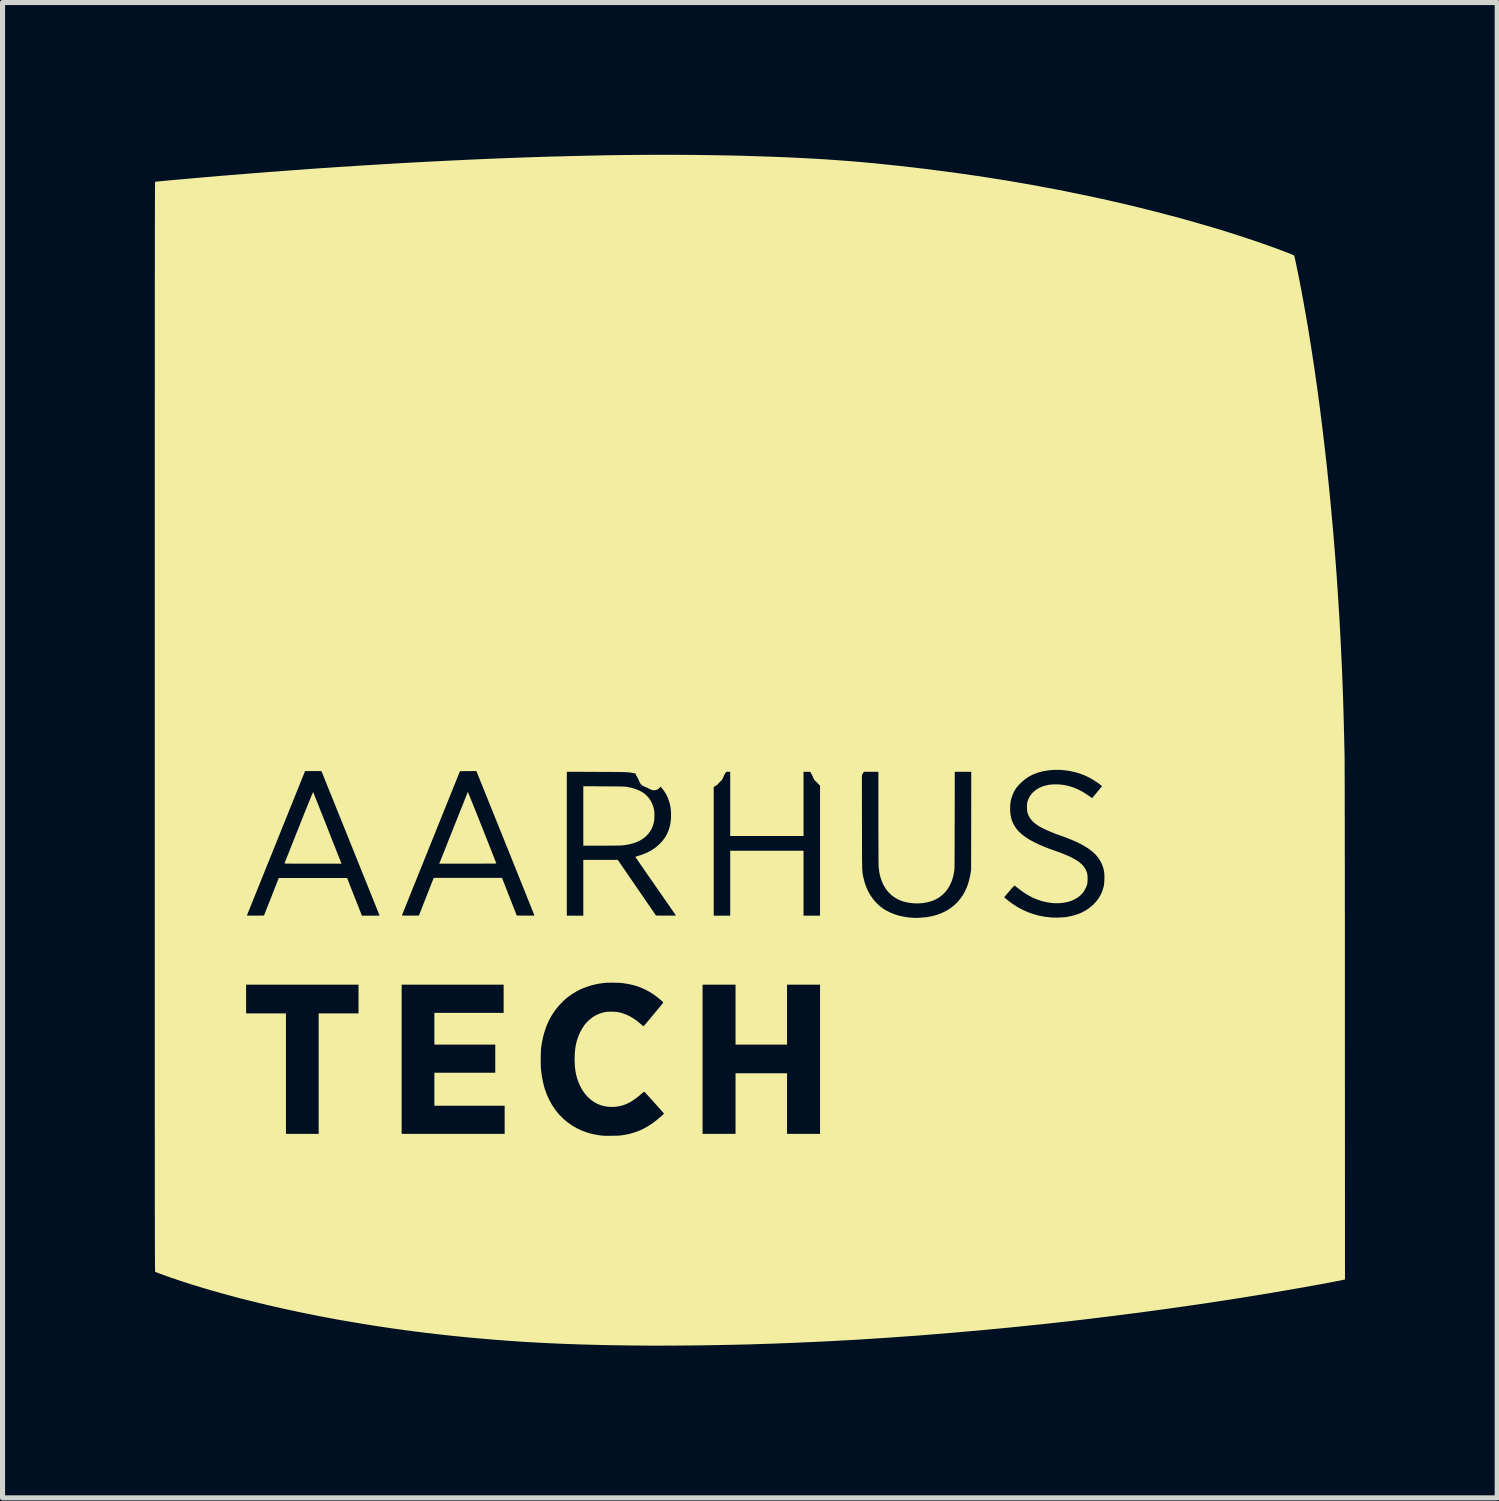
<source format=kicad_pcb>
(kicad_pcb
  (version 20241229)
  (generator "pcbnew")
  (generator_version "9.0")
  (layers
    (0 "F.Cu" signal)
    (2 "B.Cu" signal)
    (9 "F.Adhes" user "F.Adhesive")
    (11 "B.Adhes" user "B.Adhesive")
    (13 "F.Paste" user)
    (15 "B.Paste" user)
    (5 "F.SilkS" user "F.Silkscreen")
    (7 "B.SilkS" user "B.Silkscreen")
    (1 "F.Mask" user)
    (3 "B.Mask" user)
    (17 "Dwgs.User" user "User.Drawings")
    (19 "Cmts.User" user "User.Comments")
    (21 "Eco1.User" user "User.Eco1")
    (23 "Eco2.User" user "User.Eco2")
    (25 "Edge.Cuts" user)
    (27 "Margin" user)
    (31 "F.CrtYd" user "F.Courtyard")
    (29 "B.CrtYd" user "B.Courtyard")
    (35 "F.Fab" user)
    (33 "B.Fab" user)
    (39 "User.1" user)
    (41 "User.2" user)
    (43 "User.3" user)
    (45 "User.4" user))
  (footprint "logo"
    (layer "F.Cu")
    (at 11.695 11.695)
    (property "Reference" "logo" (at 0 0 0) (layer "F.SilkS") (effects (font (size 1.5 1.5) (thickness 0.3))))
    (attr board_only exclude_from_pos_files exclude_from_bom)
    (fp_poly (pts (xy -2.846 0.751) (xy -2.772 0.752) (xy -2.706 0.752) (xy -2.65 0.752) (xy -2.601 0.753) (xy -2.559 0.753) (xy -2.524 0.754) (xy -2.494 0.755) (xy -2.469 0.755) (xy -2.449 0.756) (xy -2.432 0.757) (xy -2.417 0.758) (xy -2.405 0.76) (xy -2.394 0.761) (xy -2.39 0.762) (xy -2.304 0.779) (xy -2.226 0.802) (xy -2.156 0.83) (xy -2.093 0.863) (xy -2.037 0.902) (xy -1.997 0.938) (xy -1.952 0.989) (xy -1.915 1.047) (xy -1.885 1.11) (xy -1.863 1.179) (xy -1.855 1.22) (xy -1.851 1.247) (xy -1.849 1.28) (xy -1.848 1.318) (xy -1.849 1.356) (xy -1.85 1.392) (xy -1.853 1.422) (xy -1.855 1.435) (xy -1.872 1.508) (xy -1.898 1.575) (xy -1.932 1.637) (xy -1.974 1.693) (xy -2.025 1.744) (xy -2.083 1.789) (xy -2.15 1.828) (xy -2.154 1.83) (xy -2.21 1.854) (xy -2.273 1.875) (xy -2.341 1.893) (xy -2.413 1.906) (xy -2.48 1.915) (xy -2.496 1.916) (xy -2.521 1.917) (xy -2.555 1.917) (xy -2.596 1.918) (xy -2.644 1.919) (xy -2.698 1.919) (xy -2.757 1.92) (xy -2.821 1.92) (xy -2.888 1.92) (xy -2.894 1.92) (xy -3.25 1.92) (xy -3.25 1.335) (xy -3.25 0.749)) (stroke (width 0) (type solid)) (fill yes) (layer "F.SilkS"))
    (fp_poly (pts (xy -5.524 0.865) (xy -5.518 0.878) (xy -5.509 0.899) (xy -5.498 0.927) (xy -5.483 0.962) (xy -5.467 1.004) (xy -5.448 1.051) (xy -5.427 1.103) (xy -5.404 1.159) (xy -5.38 1.219) (xy -5.355 1.282) (xy -5.328 1.348) (xy -5.301 1.416) (xy -5.274 1.485) (xy -5.246 1.555) (xy -5.218 1.625) (xy -5.191 1.695) (xy -5.164 1.763) (xy -5.137 1.829) (xy -5.112 1.894) (xy -5.088 1.955) (xy -5.065 2.012) (xy -5.044 2.066) (xy -5.025 2.115) (xy -5.008 2.158) (xy -4.994 2.195) (xy -4.982 2.225) (xy -4.973 2.249) (xy -4.967 2.264) (xy -4.965 2.271) (xy -4.965 2.271) (xy -4.97 2.272) (xy -4.984 2.272) (xy -5.007 2.273) (xy -5.038 2.273) (xy -5.077 2.273) (xy -5.122 2.274) (xy -5.174 2.274) (xy -5.231 2.274) (xy -5.293 2.275) (xy -5.36 2.275) (xy -5.43 2.275) (xy -5.503 2.275) (xy -5.527 2.275) (xy -6.089 2.275) (xy -6.077 2.244) (xy -6.074 2.236) (xy -6.067 2.219) (xy -6.057 2.194) (xy -6.044 2.161) (xy -6.028 2.121) (xy -6.009 2.075) (xy -5.988 2.023) (xy -5.965 1.965) (xy -5.94 1.902) (xy -5.914 1.835) (xy -5.886 1.764) (xy -5.856 1.69) (xy -5.825 1.613) (xy -5.797 1.541) (xy -5.765 1.462) (xy -5.735 1.386) (xy -5.706 1.313) (xy -5.679 1.244) (xy -5.653 1.179) (xy -5.628 1.118) (xy -5.606 1.063) (xy -5.586 1.013) (xy -5.569 0.969) (xy -5.554 0.932) (xy -5.542 0.902) (xy -5.533 0.88) (xy -5.528 0.866) (xy -5.526 0.861)) (stroke (width 0) (type solid)) (fill yes) (layer "F.SilkS"))
    (fp_poly (pts (xy -8.572 0.868) (xy -8.566 0.881) (xy -8.557 0.903) (xy -8.546 0.933) (xy -8.531 0.969) (xy -8.514 1.012) (xy -8.495 1.061) (xy -8.473 1.115) (xy -8.45 1.173) (xy -8.426 1.236) (xy -8.399 1.301) (xy -8.372 1.37) (xy -8.344 1.441) (xy -8.315 1.514) (xy -8.286 1.588) (xy -8.257 1.662) (xy -8.228 1.736) (xy -8.199 1.81) (xy -8.17 1.882) (xy -8.142 1.952) (xy -8.116 2.02) (xy -8.09 2.085) (xy -8.066 2.146) (xy -8.043 2.203) (xy -8.023 2.256) (xy -8.022 2.256) (xy -8.015 2.275) (xy -8.578 2.275) (xy -8.665 2.275) (xy -8.743 2.275) (xy -8.812 2.275) (xy -8.872 2.275) (xy -8.924 2.275) (xy -8.97 2.275) (xy -9.008 2.274) (xy -9.04 2.274) (xy -9.067 2.274) (xy -9.088 2.273) (xy -9.105 2.273) (xy -9.117 2.272) (xy -9.126 2.271) (xy -9.132 2.27) (xy -9.136 2.269) (xy -9.138 2.268) (xy -9.138 2.267) (xy -9.138 2.266) (xy -9.136 2.261) (xy -9.13 2.246) (xy -9.121 2.224) (xy -9.109 2.193) (xy -9.094 2.156) (xy -9.076 2.111) (xy -9.056 2.061) (xy -9.034 2.005) (xy -9.01 1.943) (xy -8.983 1.877) (xy -8.956 1.807) (xy -8.926 1.733) (xy -8.896 1.656) (xy -8.864 1.577) (xy -8.856 1.557) (xy -8.819 1.463) (xy -8.783 1.374) (xy -8.751 1.292) (xy -8.72 1.216) (xy -8.692 1.147) (xy -8.667 1.084) (xy -8.644 1.029) (xy -8.625 0.981) (xy -8.608 0.94) (xy -8.594 0.908) (xy -8.584 0.884) (xy -8.577 0.869) (xy -8.574 0.863) (xy -8.574 0.862)) (stroke (width 0) (type solid)) (fill yes) (layer "F.SilkS"))
    (fp_poly (pts (xy -1.407 -11.694) (xy -1.08 -11.692) (xy -0.907 -11.69) (xy -0.607 -11.685) (xy -0.316 -11.68) (xy -0.034 -11.673) (xy 0.24 -11.664) (xy 0.506 -11.655) (xy 0.764 -11.645) (xy 1.015 -11.633) (xy 1.259 -11.62) (xy 1.498 -11.606) (xy 1.731 -11.59) (xy 1.958 -11.573) (xy 2.181 -11.555) (xy 2.4 -11.535) (xy 2.458 -11.53) (xy 2.987 -11.475) (xy 3.513 -11.414) (xy 4.036 -11.346) (xy 4.555 -11.272) (xy 5.07 -11.191) (xy 5.58 -11.103) (xy 6.085 -11.009) (xy 6.584 -10.908) (xy 7.077 -10.802) (xy 7.563 -10.689) (xy 8.043 -10.57) (xy 8.515 -10.445) (xy 8.81 -10.362) (xy 8.98 -10.313) (xy 9.15 -10.263) (xy 9.32 -10.212) (xy 9.487 -10.16) (xy 9.653 -10.107) (xy 9.814 -10.054) (xy 9.971 -10.002) (xy 10.123 -9.95) (xy 10.269 -9.898) (xy 10.408 -9.848) (xy 10.538 -9.799) (xy 10.652 -9.755) (xy 10.688 -9.741) (xy 10.716 -9.729) (xy 10.736 -9.72) (xy 10.749 -9.713) (xy 10.757 -9.707) (xy 10.76 -9.703) (xy 10.763 -9.694) (xy 10.768 -9.675) (xy 10.774 -9.648) (xy 10.781 -9.614) (xy 10.79 -9.574) (xy 10.8 -9.528) (xy 10.81 -9.477) (xy 10.822 -9.422) (xy 10.834 -9.364) (xy 10.846 -9.304) (xy 10.858 -9.242) (xy 10.87 -9.18) (xy 10.882 -9.117) (xy 10.894 -9.056) (xy 10.905 -8.997) (xy 10.912 -8.96) (xy 10.976 -8.608) (xy 11.038 -8.248) (xy 11.097 -7.878) (xy 11.155 -7.5) (xy 11.21 -7.115) (xy 11.263 -6.723) (xy 11.313 -6.325) (xy 11.361 -5.921) (xy 11.407 -5.512) (xy 11.45 -5.098) (xy 11.49 -4.68) (xy 11.528 -4.259) (xy 11.563 -3.835) (xy 11.595 -3.409) (xy 11.624 -2.98) (xy 11.651 -2.551) (xy 11.674 -2.122) (xy 11.677 -2.055) (xy 11.683 -1.938) (xy 11.688 -1.825) (xy 11.694 -1.716) (xy 11.698 -1.609) (xy 11.703 -1.503) (xy 11.707 -1.399) (xy 11.711 -1.294) (xy 11.715 -1.189) (xy 11.719 -1.082) (xy 11.723 -0.972) (xy 11.726 -0.86) (xy 11.73 -0.743) (xy 11.733 -0.621) (xy 11.737 -0.493) (xy 11.74 -0.358) (xy 11.744 -0.216) (xy 11.747 -0.066) (xy 11.751 0.093) (xy 11.751 0.098) (xy 11.751 0.116) (xy 11.752 0.142) (xy 11.752 0.175) (xy 11.752 0.215) (xy 11.753 0.262) (xy 11.753 0.317) (xy 11.753 0.38) (xy 11.753 0.45) (xy 11.754 0.529) (xy 11.754 0.614) (xy 11.754 0.708) (xy 11.755 0.81) (xy 11.755 0.92) (xy 11.755 1.038) (xy 11.755 1.164) (xy 11.755 1.299) (xy 11.756 1.442) (xy 11.756 1.594) (xy 11.756 1.754) (xy 11.756 1.923) (xy 11.756 2.1) (xy 11.757 2.287) (xy 11.757 2.482) (xy 11.757 2.686) (xy 11.757 2.9) (xy 11.757 3.123) (xy 11.758 3.355) (xy 11.758 3.596) (xy 11.758 3.847) (xy 11.758 4.107) (xy 11.758 4.377) (xy 11.758 4.656) (xy 11.758 4.946) (xy 11.758 5.245) (xy 11.758 5.406) (xy 11.76 10.469) (xy 11.736 10.474) (xy 11.705 10.481) (xy 11.665 10.49) (xy 11.616 10.499) (xy 11.56 10.51) (xy 11.496 10.522) (xy 11.426 10.536) (xy 11.35 10.55) (xy 11.269 10.565) (xy 11.184 10.58) (xy 11.095 10.596) (xy 11.003 10.613) (xy 10.909 10.63) (xy 10.813 10.646) (xy 10.716 10.663) (xy 10.619 10.68) (xy 10.522 10.697) (xy 10.427 10.713) (xy 10.333 10.729) (xy 10.241 10.745) (xy 10.197 10.752) (xy 9.587 10.851) (xy 8.972 10.945) (xy 8.352 11.034) (xy 7.728 11.119) (xy 7.101 11.199) (xy 6.473 11.275) (xy 5.844 11.345) (xy 5.214 11.41) (xy 4.586 11.47) (xy 3.96 11.525) (xy 3.337 11.575) (xy 2.717 11.619) (xy 2.102 11.658) (xy 1.493 11.691) (xy 0.89 11.718) (xy 0.525 11.732) (xy 0.283 11.74) (xy 0.036 11.748) (xy -0.215 11.754) (xy -0.467 11.759) (xy -0.72 11.764) (xy -0.971 11.768) (xy -1.22 11.77) (xy -1.465 11.772) (xy -1.704 11.773) (xy -1.935 11.773) (xy -2.085 11.772) (xy -2.179 11.771) (xy -2.279 11.77) (xy -2.382 11.769) (xy -2.487 11.767) (xy -2.594 11.766) (xy -2.702 11.764) (xy -2.808 11.762) (xy -2.913 11.76) (xy -3.015 11.757) (xy -3.112 11.755) (xy -3.204 11.752) (xy -3.29 11.75) (xy -3.368 11.747) (xy -3.438 11.745) (xy -3.45 11.744) (xy -3.486 11.743) (xy -3.52 11.742) (xy -3.549 11.741) (xy -3.572 11.74) (xy -3.588 11.739) (xy -3.595 11.739) (xy -3.595 11.739) (xy -3.604 11.739) (xy -3.621 11.738) (xy -3.647 11.737) (xy -3.679 11.736) (xy -3.716 11.734) (xy -3.758 11.733) (xy -3.803 11.73) (xy -3.851 11.728) (xy -3.899 11.726) (xy -3.948 11.724) (xy -3.995 11.721) (xy -4.04 11.719) (xy -4.081 11.717) (xy -4.118 11.715) (xy -4.149 11.714) (xy -4.173 11.712) (xy -4.211 11.71) (xy -4.248 11.708) (xy -4.284 11.706) (xy -4.314 11.704) (xy -4.338 11.703) (xy -4.35 11.702) (xy -4.375 11.701) (xy -4.406 11.699) (xy -4.442 11.697) (xy -4.482 11.694) (xy -4.525 11.691) (xy -4.569 11.688) (xy -4.612 11.685) (xy -4.654 11.682) (xy -4.694 11.68) (xy -4.729 11.677) (xy -4.758 11.675) (xy -4.781 11.673) (xy -4.795 11.672) (xy -4.798 11.672) (xy -4.814 11.67) (xy -4.826 11.669) (xy -4.831 11.669) (xy -4.837 11.669) (xy -4.851 11.668) (xy -4.872 11.666) (xy -4.898 11.664) (xy -4.929 11.662) (xy -4.962 11.659) (xy -4.995 11.657) (xy -5.029 11.654) (xy -5.06 11.651) (xy -5.088 11.649) (xy -5.107 11.647) (xy -5.125 11.645) (xy -5.139 11.644) (xy -5.145 11.644) (xy -5.152 11.644) (xy -5.168 11.642) (xy -5.189 11.64) (xy -5.215 11.638) (xy -5.232 11.636) (xy -5.26 11.634) (xy -5.285 11.632) (xy -5.304 11.63) (xy -5.317 11.629) (xy -5.32 11.629) (xy -5.328 11.629) (xy -5.343 11.627) (xy -5.363 11.625) (xy -5.375 11.624) (xy -5.401 11.622) (xy -5.427 11.619) (xy -5.45 11.617) (xy -5.455 11.617) (xy -5.468 11.616) (xy -5.489 11.614) (xy -5.517 11.611) (xy -5.551 11.608) (xy -5.59 11.604) (xy -5.63 11.6) (xy -5.657 11.597) (xy -5.699 11.593) (xy -5.739 11.589) (xy -5.775 11.585) (xy -5.806 11.582) (xy -5.831 11.58) (xy -5.848 11.578) (xy -5.855 11.577) (xy -5.869 11.576) (xy -5.891 11.573) (xy -5.918 11.57) (xy -5.948 11.567) (xy -5.97 11.565) (xy -6.001 11.561) (xy -6.03 11.558) (xy -6.055 11.555) (xy -6.074 11.553) (xy -6.082 11.552) (xy -6.095 11.551) (xy -6.116 11.548) (xy -6.142 11.545) (xy -6.173 11.542) (xy -6.206 11.538) (xy -6.21 11.537) (xy -6.241 11.533) (xy -6.269 11.53) (xy -6.293 11.527) (xy -6.31 11.525) (xy -6.319 11.524) (xy -6.32 11.524) (xy -6.329 11.523) (xy -6.344 11.522) (xy -6.362 11.519) (xy -6.362 11.519) (xy -6.383 11.516) (xy -6.401 11.514) (xy -6.412 11.513) (xy -6.436 11.51) (xy -6.459 11.507) (xy -6.479 11.504) (xy -6.49 11.503) (xy -6.501 11.502) (xy -6.519 11.5) (xy -6.539 11.498) (xy -6.54 11.498) (xy -6.558 11.496) (xy -6.573 11.494) (xy -6.581 11.492) (xy -6.581 11.492) (xy -6.587 11.49) (xy -6.601 11.489) (xy -6.613 11.487) (xy -6.626 11.486) (xy -6.648 11.483) (xy -6.677 11.479) (xy -6.712 11.475) (xy -6.751 11.47) (xy -6.793 11.464) (xy -6.837 11.458) (xy -6.881 11.452) (xy -6.925 11.446) (xy -6.966 11.44) (xy -7.004 11.435) (xy -7.036 11.43) (xy -7.063 11.426) (xy -7.072 11.424) (xy -7.099 11.42) (xy -7.123 11.417) (xy -7.144 11.414) (xy -7.157 11.412) (xy -7.157 11.412) (xy -7.168 11.41) (xy -7.187 11.408) (xy -7.212 11.404) (xy -7.242 11.399) (xy -7.276 11.394) (xy -7.305 11.39) (xy -7.341 11.384) (xy -7.374 11.379) (xy -7.404 11.374) (xy -7.428 11.371) (xy -7.445 11.368) (xy -7.452 11.367) (xy -7.463 11.365) (xy -7.481 11.362) (xy -7.505 11.359) (xy -7.534 11.354) (xy -7.564 11.349) (xy -7.595 11.344) (xy -7.624 11.339) (xy -7.649 11.334) (xy -7.661 11.332) (xy -7.677 11.33) (xy -7.691 11.327) (xy -7.706 11.325) (xy -7.718 11.323) (xy -7.729 11.321) (xy -7.744 11.319) (xy -7.75 11.318) (xy -7.766 11.315) (xy -7.787 11.312) (xy -7.81 11.308) (xy -7.815 11.307) (xy -7.837 11.303) (xy -7.859 11.3) (xy -7.875 11.297) (xy -7.878 11.297) (xy -7.892 11.295) (xy -7.903 11.292) (xy -7.905 11.292) (xy -7.915 11.289) (xy -7.929 11.287) (xy -7.93 11.287) (xy -7.941 11.285) (xy -7.961 11.282) (xy -7.987 11.277) (xy -8.019 11.272) (xy -8.054 11.266) (xy -8.092 11.259) (xy -8.13 11.252) (xy -8.167 11.245) (xy -8.202 11.239) (xy -8.233 11.233) (xy -8.258 11.228) (xy -8.262 11.227) (xy -8.288 11.222) (xy -8.312 11.218) (xy -8.331 11.214) (xy -8.343 11.212) (xy -8.344 11.212) (xy -8.356 11.21) (xy -8.375 11.206) (xy -8.396 11.202) (xy -8.396 11.202) (xy -8.417 11.198) (xy -8.436 11.194) (xy -8.45 11.192) (xy -8.45 11.192) (xy -8.464 11.189) (xy -8.484 11.185) (xy -8.5 11.182) (xy -8.523 11.177) (xy -8.539 11.174) (xy -8.55 11.171) (xy -8.56 11.17) (xy -8.571 11.168) (xy -8.571 11.168) (xy -8.586 11.165) (xy -8.605 11.161) (xy -8.623 11.157) (xy -8.647 11.152) (xy -8.663 11.149) (xy -8.674 11.146) (xy -8.684 11.145) (xy -8.696 11.143) (xy -8.696 11.143) (xy -8.711 11.14) (xy -8.73 11.136) (xy -8.748 11.132) (xy -8.768 11.128) (xy -8.786 11.124) (xy -8.797 11.122) (xy -8.807 11.12) (xy -8.825 11.116) (xy -8.848 11.111) (xy -8.875 11.106) (xy -8.893 11.102) (xy -8.921 11.096) (xy -8.946 11.09) (xy -8.968 11.086) (xy -8.983 11.083) (xy -8.988 11.082) (xy -9.001 11.079) (xy -9.019 11.075) (xy -9.033 11.072) (xy -9.051 11.068) (xy -9.067 11.064) (xy -9.075 11.063) (xy -9.083 11.061) (xy -9.099 11.058) (xy -9.121 11.053) (xy -9.147 11.047) (xy -9.175 11.041) (xy -9.203 11.034) (xy -9.23 11.028) (xy -9.252 11.023) (xy -9.269 11.019) (xy -9.277 11.017) (xy -9.291 11.014) (xy -9.3 11.013) (xy -9.31 11.011) (xy -9.327 11.007) (xy -9.348 11.002) (xy -9.365 10.998) (xy -9.388 10.992) (xy -9.408 10.987) (xy -9.424 10.984) (xy -9.43 10.983) (xy -9.44 10.981) (xy -9.457 10.977) (xy -9.478 10.972) (xy -9.495 10.968) (xy -9.518 10.962) (xy -9.538 10.957) (xy -9.554 10.954) (xy -9.56 10.952) (xy -9.573 10.949) (xy -9.589 10.945) (xy -9.592 10.944) (xy -9.606 10.94) (xy -9.614 10.939) (xy -9.615 10.939) (xy -9.621 10.938) (xy -9.634 10.935) (xy -9.652 10.931) (xy -9.655 10.93) (xy -9.675 10.924) (xy -9.693 10.92) (xy -9.704 10.917) (xy -9.705 10.917) (xy -9.714 10.915) (xy -9.73 10.911) (xy -9.753 10.905) (xy -9.78 10.898) (xy -9.811 10.891) (xy -9.815 10.89) (xy -9.846 10.882) (xy -9.873 10.875) (xy -9.897 10.869) (xy -9.915 10.865) (xy -9.924 10.862) (xy -9.925 10.862) (xy -9.934 10.86) (xy -9.95 10.856) (xy -9.972 10.85) (xy -9.997 10.844) (xy -10.023 10.837) (xy -10.048 10.831) (xy -10.07 10.825) (xy -10.087 10.821) (xy -10.097 10.818) (xy -10.099 10.817) (xy -10.107 10.815) (xy -10.109 10.814) (xy -10.115 10.813) (xy -10.128 10.809) (xy -10.147 10.804) (xy -10.165 10.799) (xy -10.188 10.793) (xy -10.207 10.788) (xy -10.222 10.784) (xy -10.227 10.782) (xy -10.237 10.78) (xy -10.253 10.776) (xy -10.273 10.77) (xy -10.283 10.767) (xy -10.303 10.761) (xy -10.322 10.756) (xy -10.334 10.753) (xy -10.338 10.752) (xy -10.347 10.75) (xy -10.363 10.746) (xy -10.382 10.74) (xy -10.383 10.74) (xy -10.401 10.735) (xy -10.417 10.73) (xy -10.427 10.728) (xy -10.427 10.728) (xy -10.437 10.725) (xy -10.454 10.72) (xy -10.476 10.714) (xy -10.501 10.707) (xy -10.527 10.7) (xy -10.552 10.692) (xy -10.574 10.686) (xy -10.592 10.681) (xy -10.603 10.677) (xy -10.605 10.677) (xy -10.616 10.673) (xy -10.623 10.672) (xy -10.633 10.669) (xy -10.649 10.664) (xy -10.667 10.659) (xy -10.683 10.654) (xy -10.69 10.651) (xy -10.701 10.648) (xy -10.707 10.647) (xy -10.715 10.645) (xy -10.731 10.64) (xy -10.753 10.634) (xy -10.778 10.626) (xy -10.797 10.62) (xy -10.825 10.611) (xy -10.849 10.604) (xy -10.868 10.598) (xy -10.881 10.594) (xy -10.886 10.593) (xy -10.894 10.59) (xy -10.91 10.586) (xy -10.932 10.579) (xy -10.957 10.571) (xy -10.986 10.562) (xy -11.014 10.553) (xy -11.042 10.544) (xy -11.068 10.536) (xy -11.089 10.529) (xy -11.104 10.524) (xy -11.112 10.521) (xy -11.113 10.521) (xy -11.122 10.517) (xy -11.124 10.517) (xy -11.132 10.515) (xy -11.147 10.51) (xy -11.168 10.503) (xy -11.193 10.495) (xy -11.22 10.486) (xy -11.247 10.477) (xy -11.272 10.468) (xy -11.294 10.46) (xy -11.312 10.454) (xy -11.322 10.45) (xy -11.324 10.449) (xy -11.329 10.446) (xy -11.33 10.447) (xy -11.334 10.447) (xy -11.345 10.444) (xy -11.36 10.439) (xy -11.376 10.434) (xy -11.391 10.428) (xy -11.398 10.425) (xy -11.408 10.421) (xy -11.424 10.416) (xy -11.435 10.412) (xy -11.453 10.406) (xy -11.47 10.4) (xy -11.477 10.397) (xy -11.498 10.389) (xy -11.512 10.384) (xy -11.522 10.382) (xy -11.533 10.378) (xy -11.537 10.376) (xy -11.546 10.371) (xy -11.555 10.368) (xy -11.568 10.364) (xy -11.584 10.358) (xy -11.588 10.357) (xy -11.6 10.351) (xy -11.609 10.348) (xy -11.61 10.348) (xy -11.623 10.344) (xy -11.639 10.338) (xy -11.655 10.331) (xy -11.664 10.326) (xy -11.672 10.322) (xy -11.675 10.322) (xy -11.679 10.323) (xy -11.685 10.32) (xy -11.685 10.32) (xy -11.686 10.319) (xy -11.686 10.319) (xy -11.686 10.318) (xy -11.687 10.316) (xy -11.687 10.314) (xy -11.687 10.311) (xy -11.688 10.308) (xy -11.688 10.303) (xy -11.688 10.297) (xy -11.689 10.29) (xy -11.689 10.282) (xy -11.689 10.272) (xy -11.689 10.26) (xy -11.69 10.247) (xy -11.69 10.232) (xy -11.69 10.215) (xy -11.69 10.195) (xy -11.691 10.174) (xy -11.691 10.15) (xy -11.691 10.123) (xy -11.691 10.094) (xy -11.691 10.063) (xy -11.692 10.028) (xy -11.692 9.99) (xy -11.692 9.95) (xy -11.692 9.906) (xy -11.692 9.858) (xy -11.692 9.808) (xy -11.693 9.753) (xy -11.693 9.695) (xy -11.693 9.633) (xy -11.693 9.567) (xy -11.693 9.497) (xy -11.693 9.422) (xy -11.693 9.344) (xy -11.693 9.26) (xy -11.694 9.173) (xy -11.694 9.08) (xy -11.694 8.983) (xy -11.694 8.88) (xy -11.694 8.773) (xy -11.694 8.66) (xy -11.694 8.542) (xy -11.694 8.418) (xy -11.694 8.289) (xy -11.694 8.154) (xy -11.694 8.013) (xy -11.694 7.866) (xy -11.694 7.713) (xy -11.695 7.554) (xy -11.695 7.389) (xy -11.695 7.217) (xy -11.695 7.038) (xy -11.695 6.853) (xy -11.695 6.661) (xy -11.695 6.462) (xy -11.695 6.255) (xy -11.695 6.042) (xy -11.695 5.821) (xy -11.695 5.593) (xy -11.695 5.357) (xy -11.695 5.113) (xy -11.695 4.942) (xy -9.895 4.942) (xy -9.895 5.225) (xy -9.502 5.225) (xy -9.11 5.225) (xy -9.11 6.412) (xy -9.11 7.6) (xy -8.787 7.6) (xy -8.465 7.6) (xy -8.465 6.412) (xy -8.465 6.13) (xy -6.83 6.13) (xy -6.83 7.6) (xy -5.815 7.6) (xy -4.8 7.6) (xy -4.8 7.322) (xy -4.8 7.045) (xy -5.492 7.045) (xy -6.185 7.045) (xy -6.185 6.72) (xy -6.185 6.395) (xy -5.585 6.395) (xy -4.985 6.395) (xy -4.985 6.165) (xy -4.089 6.165) (xy -4.089 6.218) (xy -4.087 6.267) (xy -4.085 6.31) (xy -4.083 6.337) (xy -4.066 6.467) (xy -4.042 6.591) (xy -4.011 6.708) (xy -3.971 6.82) (xy -3.924 6.925) (xy -3.869 7.025) (xy -3.806 7.119) (xy -3.795 7.135) (xy -3.724 7.221) (xy -3.646 7.299) (xy -3.563 7.37) (xy -3.473 7.433) (xy -3.378 7.489) (xy -3.278 7.536) (xy -3.173 7.574) (xy -3.064 7.604) (xy -2.951 7.625) (xy -2.949 7.625) (xy -2.921 7.629) (xy -2.898 7.632) (xy -2.877 7.634) (xy -2.858 7.636) (xy -2.839 7.637) (xy -2.818 7.638) (xy -2.793 7.638) (xy -2.762 7.638) (xy -2.725 7.638) (xy -2.688 7.637) (xy -2.64 7.637) (xy -2.601 7.636) (xy -2.568 7.635) (xy -2.539 7.633) (xy -2.514 7.631) (xy -2.49 7.628) (xy -2.473 7.625) (xy -2.366 7.606) (xy -2.265 7.579) (xy -2.167 7.545) (xy -2.073 7.503) (xy -1.982 7.453) (xy -1.892 7.395) (xy -1.803 7.327) (xy -1.718 7.255) (xy -1.698 7.237) (xy -1.681 7.221) (xy -1.669 7.209) (xy -1.661 7.202) (xy -1.66 7.2) (xy -1.663 7.195) (xy -1.673 7.185) (xy -1.687 7.168) (xy -1.706 7.146) (xy -1.729 7.12) (xy -1.755 7.091) (xy -1.784 7.059) (xy -1.814 7.025) (xy -1.845 6.991) (xy -1.876 6.956) (xy -1.907 6.922) (xy -1.937 6.889) (xy -1.964 6.859) (xy -1.989 6.832) (xy -2.011 6.808) (xy -2.029 6.789) (xy -2.041 6.776) (xy -2.049 6.769) (xy -2.05 6.768) (xy -2.055 6.771) (xy -2.067 6.779) (xy -2.082 6.792) (xy -2.1 6.808) (xy -2.104 6.81) (xy -2.175 6.87) (xy -2.243 6.921) (xy -2.309 6.964) (xy -2.374 6.999) (xy -2.439 7.026) (xy -2.504 7.046) (xy -2.571 7.06) (xy -2.64 7.068) (xy -2.658 7.069) (xy -2.741 7.067) (xy -2.821 7.057) (xy -2.898 7.037) (xy -2.971 7.009) (xy -3.04 6.971) (xy -3.104 6.925) (xy -3.164 6.871) (xy -3.218 6.809) (xy -3.267 6.74) (xy -3.307 6.668) (xy -3.342 6.591) (xy -3.37 6.514) (xy -3.391 6.434) (xy -3.407 6.351) (xy -3.417 6.261) (xy -3.421 6.166) (xy -3.421 6.13) (xy -0.9 6.13) (xy -0.9 7.6) (xy -0.575 7.6) (xy -0.25 7.6) (xy -0.25 7.003) (xy -0.25 6.405) (xy 0.258 6.405) (xy 0.765 6.405) (xy 0.765 7.003) (xy 0.765 7.6) (xy 1.09 7.6) (xy 1.415 7.6) (xy 1.415 6.13) (xy 1.415 4.66) (xy 1.09 4.66) (xy 0.765 4.66) (xy 0.765 5.25) (xy 0.765 5.84) (xy 0.258 5.84) (xy -0.25 5.84) (xy -0.25 5.25) (xy -0.25 4.66) (xy -0.575 4.66) (xy -0.9 4.66) (xy -0.9 6.13) (xy -3.421 6.13) (xy -3.422 6.128) (xy -3.419 6.028) (xy -3.411 5.937) (xy -3.398 5.851) (xy -3.379 5.77) (xy -3.353 5.692) (xy -3.322 5.616) (xy -3.313 5.598) (xy -3.272 5.523) (xy -3.229 5.457) (xy -3.181 5.399) (xy -3.127 5.348) (xy -3.068 5.302) (xy -3.052 5.291) (xy -2.992 5.257) (xy -2.929 5.23) (xy -2.859 5.208) (xy -2.822 5.199) (xy -2.801 5.196) (xy -2.772 5.194) (xy -2.737 5.192) (xy -2.7 5.192) (xy -2.661 5.193) (xy -2.625 5.194) (xy -2.592 5.197) (xy -2.565 5.2) (xy -2.555 5.202) (xy -2.476 5.223) (xy -2.4 5.251) (xy -2.326 5.286) (xy -2.254 5.33) (xy -2.181 5.382) (xy -2.11 5.442) (xy -2.093 5.457) (xy -2.078 5.469) (xy -2.067 5.477) (xy -2.062 5.48) (xy -2.059 5.476) (xy -2.049 5.465) (xy -2.035 5.448) (xy -2.016 5.426) (xy -1.994 5.4) (xy -1.969 5.37) (xy -1.941 5.337) (xy -1.912 5.302) (xy -1.882 5.266) (xy -1.851 5.229) (xy -1.822 5.193) (xy -1.793 5.158) (xy -1.766 5.125) (xy -1.741 5.096) (xy -1.72 5.069) (xy -1.702 5.048) (xy -1.689 5.031) (xy -1.682 5.021) (xy -1.681 5.02) (xy -1.678 5.015) (xy -1.678 5.01) (xy -1.68 5.004) (xy -1.687 4.996) (xy -1.698 4.985) (xy -1.714 4.97) (xy -1.737 4.951) (xy -1.76 4.932) (xy -1.851 4.861) (xy -1.945 4.801) (xy -2.043 4.749) (xy -2.145 4.706) (xy -2.252 4.671) (xy -2.364 4.646) (xy -2.481 4.628) (xy -2.487 4.628) (xy -2.527 4.624) (xy -2.574 4.622) (xy -2.625 4.621) (xy -2.679 4.62) (xy -2.732 4.621) (xy -2.782 4.622) (xy -2.826 4.625) (xy -2.86 4.628) (xy -2.975 4.645) (xy -3.087 4.672) (xy -3.195 4.706) (xy -3.298 4.748) (xy -3.395 4.798) (xy -3.462 4.839) (xy -3.511 4.872) (xy -3.554 4.904) (xy -3.595 4.937) (xy -3.636 4.974) (xy -3.659 4.997) (xy -3.739 5.081) (xy -3.81 5.171) (xy -3.873 5.266) (xy -3.929 5.368) (xy -3.976 5.475) (xy -4.015 5.588) (xy -4.047 5.707) (xy -4.071 5.833) (xy -4.078 5.88) (xy -4.082 5.914) (xy -4.084 5.956) (xy -4.087 6.004) (xy -4.088 6.056) (xy -4.089 6.11) (xy -4.089 6.165) (xy -4.985 6.165) (xy -4.985 6.117) (xy -4.985 5.84) (xy -5.585 5.84) (xy -6.185 5.84) (xy -6.185 5.527) (xy -6.185 5.215) (xy -5.503 5.215) (xy -4.82 5.215) (xy -4.82 4.938) (xy -4.82 4.66) (xy -5.825 4.66) (xy -6.83 4.66) (xy -6.83 6.13) (xy -8.465 6.13) (xy -8.465 5.225) (xy -8.072 5.225) (xy -7.68 5.225) (xy -7.68 4.942) (xy -7.68 4.66) (xy -8.787 4.66) (xy -9.895 4.66) (xy -9.895 4.942) (xy -11.695 4.942) (xy -11.695 4.862) (xy -11.695 4.602) (xy -11.695 4.335) (xy -11.695 4.059) (xy -11.695 3.775) (xy -11.695 3.482) (xy -11.695 3.296) (xy -9.879 3.296) (xy -9.875 3.297) (xy -9.861 3.298) (xy -9.839 3.298) (xy -9.81 3.299) (xy -9.774 3.299) (xy -9.731 3.299) (xy -9.712 3.299) (xy -9.543 3.297) (xy -9.397 2.928) (xy -9.252 2.558) (xy -8.578 2.558) (xy -7.904 2.558) (xy -7.759 2.929) (xy -7.613 3.3) (xy -7.439 3.3) (xy -7.399 3.3) (xy -7.361 3.3) (xy -7.329 3.299) (xy -7.301 3.299) (xy -7.281 3.298) (xy -7.269 3.298) (xy -7.265 3.297) (xy -7.265 3.296) (xy -6.825 3.296) (xy -6.82 3.297) (xy -6.806 3.298) (xy -6.785 3.298) (xy -6.757 3.299) (xy -6.724 3.299) (xy -6.687 3.299) (xy -6.657 3.299) (xy -6.489 3.297) (xy -6.344 2.926) (xy -6.198 2.555) (xy -5.525 2.555) (xy -4.852 2.555) (xy -4.707 2.926) (xy -4.561 3.297) (xy -4.388 3.299) (xy -4.34 3.299) (xy -4.301 3.299) (xy -4.271 3.299) (xy -4.248 3.299) (xy -4.232 3.298) (xy -4.221 3.297) (xy -4.216 3.295) (xy -4.215 3.294) (xy -4.217 3.289) (xy -4.222 3.275) (xy -4.231 3.252) (xy -4.243 3.221) (xy -4.259 3.183) (xy -4.277 3.137) (xy -4.298 3.083) (xy -4.322 3.023) (xy -4.349 2.957) (xy -4.378 2.884) (xy -4.409 2.806) (xy -4.443 2.723) (xy -4.478 2.634) (xy -4.516 2.541) (xy -4.555 2.444) (xy -4.596 2.342) (xy -4.638 2.237) (xy -4.681 2.129) (xy -4.726 2.018) (xy -4.772 1.905) (xy -4.781 1.882) (xy -3.575 1.882) (xy -3.575 3.3) (xy -3.413 3.3) (xy -3.25 3.3) (xy -3.25 2.75) (xy -3.25 2.2) (xy -2.91 2.2) (xy -2.571 2.2) (xy -2.194 2.749) (xy -1.817 3.297) (xy -1.621 3.299) (xy -1.578 3.299) (xy -1.538 3.299) (xy -1.502 3.299) (xy -1.472 3.299) (xy -1.449 3.298) (xy -1.433 3.298) (xy -1.425 3.297) (xy -1.425 3.297) (xy -1.428 3.293) (xy -1.436 3.28) (xy -1.449 3.261) (xy -1.467 3.235) (xy -1.49 3.202) (xy -1.516 3.164) (xy -1.546 3.12) (xy -1.58 3.071) (xy -1.617 3.018) (xy -1.657 2.961) (xy -1.699 2.9) (xy -1.743 2.837) (xy -1.789 2.77) (xy -1.823 2.722) (xy -1.87 2.654) (xy -1.915 2.589) (xy -1.959 2.526) (xy -2.001 2.466) (xy -2.04 2.409) (xy -2.076 2.357) (xy -2.109 2.31) (xy -2.138 2.267) (xy -2.164 2.23) (xy -2.185 2.199) (xy -2.202 2.174) (xy -2.214 2.157) (xy -2.221 2.147) (xy -2.223 2.144) (xy -2.22 2.14) (xy -2.21 2.135) (xy -2.191 2.129) (xy -2.175 2.124) (xy -2.079 2.093) (xy -1.989 2.055) (xy -1.905 2.01) (xy -1.828 1.958) (xy -1.759 1.899) (xy -1.742 1.883) (xy -1.742 1.883) (xy -0.68 1.883) (xy -0.68 3.3) (xy -0.517 3.3) (xy -0.355 3.3) (xy -0.355 2.66) (xy -0.355 2.02) (xy 0.367 2.02) (xy 1.09 2.02) (xy 1.09 2.66) (xy 1.09 3.3) (xy 1.252 3.3) (xy 1.415 3.3) (xy 1.415 1.883) (xy 1.415 0.465) (xy 2.24 0.465) (xy 2.241 1.429) (xy 2.242 1.546) (xy 2.242 1.653) (xy 2.242 1.751) (xy 2.242 1.84) (xy 2.242 1.922) (xy 2.242 1.995) (xy 2.243 2.062) (xy 2.243 2.121) (xy 2.243 2.174) (xy 2.244 2.222) (xy 2.244 2.264) (xy 2.245 2.3) (xy 2.246 2.333) (xy 2.246 2.361) (xy 2.247 2.386) (xy 2.249 2.407) (xy 2.25 2.426) (xy 2.251 2.443) (xy 2.253 2.457) (xy 2.254 2.471) (xy 2.256 2.483) (xy 2.259 2.496) (xy 2.261 2.508) (xy 2.263 2.52) (xy 2.266 2.534) (xy 2.268 2.542) (xy 2.293 2.641) (xy 2.325 2.735) (xy 2.365 2.823) (xy 2.413 2.906) (xy 2.468 2.983) (xy 2.53 3.052) (xy 2.598 3.115) (xy 2.645 3.151) (xy 2.718 3.198) (xy 2.799 3.238) (xy 2.885 3.273) (xy 2.977 3.301) (xy 3.072 3.322) (xy 3.17 3.336) (xy 3.255 3.342) (xy 3.274 3.342) (xy 3.29 3.343) (xy 3.299 3.344) (xy 3.3 3.344) (xy 3.307 3.344) (xy 3.323 3.343) (xy 3.345 3.343) (xy 3.371 3.341) (xy 3.394 3.34) (xy 3.506 3.33) (xy 3.611 3.312) (xy 3.711 3.286) (xy 3.804 3.252) (xy 3.891 3.211) (xy 3.972 3.163) (xy 4.047 3.106) (xy 4.115 3.042) (xy 4.176 2.971) (xy 4.2 2.936) (xy 5.045 2.936) (xy 5.049 2.94) (xy 5.058 2.95) (xy 5.073 2.962) (xy 5.086 2.974) (xy 5.187 3.052) (xy 5.292 3.121) (xy 5.399 3.18) (xy 5.509 3.23) (xy 5.623 3.27) (xy 5.74 3.302) (xy 5.861 3.323) (xy 5.969 3.335) (xy 6.015 3.337) (xy 6.066 3.338) (xy 6.121 3.337) (xy 6.175 3.334) (xy 6.226 3.331) (xy 6.271 3.326) (xy 6.275 3.325) (xy 6.374 3.306) (xy 6.468 3.279) (xy 6.557 3.245) (xy 6.639 3.203) (xy 6.715 3.153) (xy 6.785 3.096) (xy 6.799 3.083) (xy 6.857 3.021) (xy 6.906 2.957) (xy 6.945 2.889) (xy 6.977 2.817) (xy 7.001 2.738) (xy 7.006 2.72) (xy 7.011 2.693) (xy 7.015 2.658) (xy 7.017 2.618) (xy 7.019 2.575) (xy 7.019 2.534) (xy 7.019 2.494) (xy 7.016 2.461) (xy 7.015 2.453) (xy 7.001 2.374) (xy 6.977 2.3) (xy 6.944 2.23) (xy 6.902 2.164) (xy 6.851 2.103) (xy 6.832 2.083) (xy 6.778 2.034) (xy 6.715 1.986) (xy 6.644 1.94) (xy 6.564 1.894) (xy 6.475 1.85) (xy 6.376 1.806) (xy 6.268 1.763) (xy 6.162 1.725) (xy 6.092 1.7) (xy 6.022 1.673) (xy 5.956 1.646) (xy 5.892 1.618) (xy 5.834 1.591) (xy 5.782 1.565) (xy 5.737 1.541) (xy 5.705 1.521) (xy 5.649 1.48) (xy 5.602 1.437) (xy 5.564 1.393) (xy 5.534 1.347) (xy 5.512 1.297) (xy 5.504 1.272) (xy 5.498 1.243) (xy 5.495 1.208) (xy 5.493 1.17) (xy 5.493 1.132) (xy 5.495 1.096) (xy 5.499 1.066) (xy 5.502 1.055) (xy 5.524 0.995) (xy 5.554 0.939) (xy 5.594 0.888) (xy 5.608 0.873) (xy 5.661 0.827) (xy 5.721 0.789) (xy 5.786 0.758) (xy 5.858 0.735) (xy 5.936 0.719) (xy 6.02 0.712) (xy 6.022 0.712) (xy 6.122 0.713) (xy 6.22 0.724) (xy 6.317 0.745) (xy 6.414 0.775) (xy 6.509 0.816) (xy 6.603 0.866) (xy 6.695 0.926) (xy 6.736 0.956) (xy 6.753 0.968) (xy 6.766 0.978) (xy 6.775 0.983) (xy 6.777 0.984) (xy 6.78 0.98) (xy 6.789 0.969) (xy 6.803 0.953) (xy 6.821 0.931) (xy 6.842 0.906) (xy 6.866 0.877) (xy 6.875 0.865) (xy 6.972 0.748) (xy 6.952 0.731) (xy 6.919 0.704) (xy 6.879 0.675) (xy 6.833 0.645) (xy 6.785 0.615) (xy 6.735 0.587) (xy 6.687 0.562) (xy 6.652 0.545) (xy 6.554 0.506) (xy 6.45 0.474) (xy 6.344 0.45) (xy 6.236 0.434) (xy 6.127 0.426) (xy 6.019 0.427) (xy 5.913 0.436) (xy 5.81 0.454) (xy 5.78 0.461) (xy 5.69 0.487) (xy 5.607 0.52) (xy 5.531 0.56) (xy 5.459 0.608) (xy 5.392 0.664) (xy 5.365 0.69) (xy 5.319 0.738) (xy 5.281 0.785) (xy 5.25 0.833) (xy 5.224 0.884) (xy 5.202 0.939) (xy 5.196 0.958) (xy 5.179 1.012) (xy 5.169 1.066) (xy 5.163 1.121) (xy 5.161 1.18) (xy 5.161 1.212) (xy 5.165 1.276) (xy 5.173 1.333) (xy 5.184 1.384) (xy 5.2 1.433) (xy 5.221 1.482) (xy 5.229 1.497) (xy 5.258 1.547) (xy 5.292 1.595) (xy 5.332 1.641) (xy 5.379 1.685) (xy 5.432 1.728) (xy 5.492 1.77) (xy 5.56 1.811) (xy 5.636 1.852) (xy 5.719 1.892) (xy 5.812 1.932) (xy 5.913 1.973) (xy 6.024 2.013) (xy 6.065 2.028) (xy 6.166 2.064) (xy 6.257 2.101) (xy 6.339 2.137) (xy 6.411 2.174) (xy 6.474 2.211) (xy 6.527 2.248) (xy 6.571 2.286) (xy 6.604 2.321) (xy 6.628 2.354) (xy 6.65 2.393) (xy 6.668 2.433) (xy 6.679 2.465) (xy 6.683 2.489) (xy 6.686 2.52) (xy 6.688 2.555) (xy 6.688 2.592) (xy 6.686 2.627) (xy 6.683 2.659) (xy 6.679 2.683) (xy 6.678 2.685) (xy 6.667 2.717) (xy 6.652 2.753) (xy 6.633 2.789) (xy 6.613 2.823) (xy 6.594 2.85) (xy 6.593 2.851) (xy 6.546 2.9) (xy 6.491 2.943) (xy 6.43 2.979) (xy 6.362 3.009) (xy 6.289 3.031) (xy 6.211 3.046) (xy 6.129 3.054) (xy 6.042 3.054) (xy 5.982 3.05) (xy 5.881 3.035) (xy 5.782 3.012) (xy 5.685 2.978) (xy 5.589 2.936) (xy 5.494 2.884) (xy 5.4 2.822) (xy 5.316 2.758) (xy 5.294 2.741) (xy 5.274 2.726) (xy 5.259 2.714) (xy 5.249 2.707) (xy 5.245 2.706) (xy 5.241 2.71) (xy 5.231 2.721) (xy 5.217 2.736) (xy 5.199 2.756) (xy 5.179 2.779) (xy 5.157 2.804) (xy 5.135 2.83) (xy 5.113 2.855) (xy 5.093 2.878) (xy 5.075 2.9) (xy 5.06 2.917) (xy 5.05 2.929) (xy 5.045 2.935) (xy 5.045 2.936) (xy 4.2 2.936) (xy 4.23 2.893) (xy 4.243 2.872) (xy 4.282 2.799) (xy 4.315 2.721) (xy 4.343 2.637) (xy 4.366 2.545) (xy 4.381 2.467) (xy 4.392 2.402) (xy 4.394 1.434) (xy 4.395 0.465) (xy 4.233 0.465) (xy 4.07 0.465) (xy 4.069 1.426) (xy 4.068 1.541) (xy 4.068 1.647) (xy 4.068 1.744) (xy 4.068 1.831) (xy 4.068 1.911) (xy 4.067 1.983) (xy 4.067 2.047) (xy 4.067 2.105) (xy 4.067 2.156) (xy 4.066 2.201) (xy 4.066 2.241) (xy 4.066 2.275) (xy 4.065 2.304) (xy 4.065 2.33) (xy 4.064 2.351) (xy 4.064 2.369) (xy 4.063 2.384) (xy 4.062 2.397) (xy 4.061 2.408) (xy 4.061 2.416) (xy 4.06 2.424) (xy 4.058 2.431) (xy 4.057 2.438) (xy 4.056 2.442) (xy 4.044 2.504) (xy 4.03 2.557) (xy 4.015 2.605) (xy 4.008 2.625) (xy 3.973 2.702) (xy 3.932 2.772) (xy 3.883 2.834) (xy 3.828 2.889) (xy 3.767 2.937) (xy 3.699 2.977) (xy 3.624 3.009) (xy 3.595 3.019) (xy 3.516 3.039) (xy 3.433 3.053) (xy 3.347 3.058) (xy 3.261 3.056) (xy 3.176 3.047) (xy 3.094 3.031) (xy 3.04 3.015) (xy 2.963 2.985) (xy 2.893 2.946) (xy 2.829 2.901) (xy 2.772 2.847) (xy 2.722 2.787) (xy 2.679 2.719) (xy 2.66 2.683) (xy 2.633 2.621) (xy 2.611 2.56) (xy 2.594 2.497) (xy 2.581 2.429) (xy 2.572 2.354) (xy 2.57 2.333) (xy 2.569 2.32) (xy 2.569 2.298) (xy 2.568 2.266) (xy 2.568 2.226) (xy 2.567 2.177) (xy 2.567 2.12) (xy 2.567 2.054) (xy 2.566 1.982) (xy 2.566 1.902) (xy 2.566 1.815) (xy 2.565 1.722) (xy 2.565 1.623) (xy 2.565 1.518) (xy 2.565 1.408) (xy 2.565 1.369) (xy 2.565 0.465) (xy 2.402 0.465) (xy 2.24 0.465) (xy 1.415 0.465) (xy 1.252 0.465) (xy 1.09 0.465) (xy 1.09 1.097) (xy 1.09 1.73) (xy 0.367 1.73) (xy -0.355 1.73) (xy -0.355 1.097) (xy -0.355 0.465) (xy -0.517 0.465) (xy -0.68 0.465) (xy -0.68 1.883) (xy -1.742 1.883) (xy -1.686 1.821) (xy -1.638 1.756) (xy -1.599 1.687) (xy -1.568 1.614) (xy -1.545 1.536) (xy -1.529 1.452) (xy -1.525 1.417) (xy -1.522 1.381) (xy -1.521 1.337) (xy -1.521 1.291) (xy -1.523 1.244) (xy -1.527 1.2) (xy -1.531 1.163) (xy -1.533 1.155) (xy -1.553 1.067) (xy -1.582 0.984) (xy -1.618 0.907) (xy -1.663 0.836) (xy -1.716 0.77) (xy -1.777 0.71) (xy -1.845 0.657) (xy -1.92 0.609) (xy -2.003 0.568) (xy -2.092 0.534) (xy -2.189 0.506) (xy -2.238 0.495) (xy -2.258 0.491) (xy -2.276 0.488) (xy -2.293 0.485) (xy -2.31 0.482) (xy -2.327 0.479) (xy -2.346 0.477) (xy -2.366 0.475) (xy -2.388 0.474) (xy -2.413 0.472) (xy -2.441 0.471) (xy -2.474 0.47) (xy -2.512 0.469) (xy -2.555 0.469) (xy -2.603 0.468) (xy -2.659 0.468) (xy -2.722 0.467) (xy -2.793 0.467) (xy -2.872 0.467) (xy -2.96 0.467) (xy -2.994 0.466) (xy -3.575 0.464) (xy -3.575 1.882) (xy -4.781 1.882) (xy -4.786 1.869) (xy -5.357 0.45) (xy -5.519 0.451) (xy -5.681 0.453) (xy -6.253 1.873) (xy -6.299 1.987) (xy -6.344 2.099) (xy -6.388 2.208) (xy -6.43 2.314) (xy -6.472 2.416) (xy -6.511 2.515) (xy -6.549 2.609) (xy -6.586 2.699) (xy -6.62 2.784) (xy -6.652 2.864) (xy -6.682 2.938) (xy -6.709 3.007) (xy -6.734 3.069) (xy -6.756 3.124) (xy -6.775 3.172) (xy -6.792 3.213) (xy -6.805 3.246) (xy -6.815 3.271) (xy -6.822 3.288) (xy -6.825 3.296) (xy -6.825 3.296) (xy -7.265 3.296) (xy -7.267 3.293) (xy -7.272 3.279) (xy -7.281 3.257) (xy -7.293 3.227) (xy -7.308 3.19) (xy -7.326 3.145) (xy -7.346 3.094) (xy -7.369 3.037) (xy -7.395 2.973) (xy -7.422 2.905) (xy -7.452 2.832) (xy -7.483 2.754) (xy -7.516 2.672) (xy -7.55 2.587) (xy -7.586 2.498) (xy -7.623 2.407) (xy -7.66 2.313) (xy -7.699 2.218) (xy -7.738 2.121) (xy -7.777 2.023) (xy -7.816 1.925) (xy -7.856 1.827) (xy -7.895 1.729) (xy -7.934 1.632) (xy -7.973 1.536) (xy -8.011 1.442) (xy -8.048 1.35) (xy -8.084 1.261) (xy -8.119 1.174) (xy -8.152 1.091) (xy -8.184 1.012) (xy -8.214 0.937) (xy -8.243 0.867) (xy -8.269 0.802) (xy -8.293 0.743) (xy -8.314 0.69) (xy -8.333 0.643) (xy -8.349 0.603) (xy -8.362 0.571) (xy -8.372 0.547) (xy -8.376 0.536) (xy -8.411 0.45) (xy -8.572 0.45) (xy -8.733 0.45) (xy -9.305 1.87) (xy -9.351 1.985) (xy -9.396 2.097) (xy -9.44 2.206) (xy -9.483 2.312) (xy -9.524 2.414) (xy -9.564 2.513) (xy -9.602 2.607) (xy -9.638 2.697) (xy -9.673 2.783) (xy -9.705 2.863) (xy -9.735 2.937) (xy -9.762 3.005) (xy -9.787 3.067) (xy -9.81 3.123) (xy -9.829 3.171) (xy -9.846 3.212) (xy -9.859 3.245) (xy -9.869 3.27) (xy -9.876 3.287) (xy -9.879 3.295) (xy -9.879 3.296) (xy -11.695 3.296) (xy -11.695 3.181) (xy -11.695 2.871) (xy -11.695 2.552) (xy -11.695 2.224) (xy -11.695 1.887) (xy -11.695 1.541) (xy -11.695 1.186) (xy -11.695 0.821) (xy -11.695 0.446) (xy -11.695 0.062) (xy -11.695 -0.332) (xy -11.695 -0.423) (xy -11.695 -0.832) (xy -11.695 -1.232) (xy -11.695 -1.622) (xy -11.695 -2.002) (xy -11.695 -2.373) (xy -11.695 -2.734) (xy -11.695 -3.086) (xy -11.695 -3.429) (xy -11.695 -3.762) (xy -11.695 -4.086) (xy -11.695 -4.402) (xy -11.695 -4.709) (xy -11.695 -5.006) (xy -11.695 -5.296) (xy -11.695 -5.577) (xy -11.695 -5.849) (xy -11.695 -6.113) (xy -11.695 -6.369) (xy -11.695 -6.617) (xy -11.695 -6.857) (xy -11.694 -7.089) (xy -11.694 -7.314) (xy -11.694 -7.53) (xy -11.694 -7.739) (xy -11.694 -7.941) (xy -11.694 -8.136) (xy -11.694 -8.323) (xy -11.694 -8.503) (xy -11.694 -8.676) (xy -11.694 -8.842) (xy -11.694 -9.002) (xy -11.694 -9.154) (xy -11.694 -9.3) (xy -11.693 -9.44) (xy -11.693 -9.573) (xy -11.693 -9.701) (xy -11.693 -9.822) (xy -11.693 -9.936) (xy -11.693 -10.045) (xy -11.693 -10.149) (xy -11.693 -10.246) (xy -11.693 -10.338) (xy -11.692 -10.424) (xy -11.692 -10.505) (xy -11.692 -10.581) (xy -11.692 -10.651) (xy -11.692 -10.717) (xy -11.692 -10.777) (xy -11.691 -10.833) (xy -11.691 -10.884) (xy -11.691 -10.93) (xy -11.691 -10.972) (xy -11.691 -11.009) (xy -11.691 -11.042) (xy -11.69 -11.07) (xy -11.69 -11.095) (xy -11.69 -11.116) (xy -11.69 -11.132) (xy -11.689 -11.145) (xy -11.689 -11.154) (xy -11.689 -11.16) (xy -11.689 -11.162) (xy -11.689 -11.162) (xy -11.682 -11.163) (xy -11.665 -11.165) (xy -11.64 -11.168) (xy -11.607 -11.171) (xy -11.566 -11.175) (xy -11.517 -11.18) (xy -11.463 -11.185) (xy -11.402 -11.191) (xy -11.337 -11.197) (xy -11.266 -11.203) (xy -11.192 -11.21) (xy -11.114 -11.217) (xy -11.033 -11.224) (xy -10.95 -11.231) (xy -10.864 -11.239) (xy -10.778 -11.246) (xy -10.691 -11.254) (xy -10.605 -11.261) (xy -10.518 -11.268) (xy -10.433 -11.276) (xy -10.35 -11.283) (xy -10.269 -11.289) (xy -10.262 -11.29) (xy -9.82 -11.326) (xy -9.379 -11.36) (xy -8.94 -11.393) (xy -8.503 -11.425) (xy -8.068 -11.454) (xy -7.635 -11.482) (xy -7.206 -11.508) (xy -6.781 -11.533) (xy -6.359 -11.556) (xy -5.942 -11.577) (xy -5.529 -11.597) (xy -5.122 -11.615) (xy -4.72 -11.631) (xy -4.323 -11.645) (xy -3.933 -11.658) (xy -3.549 -11.668) (xy -3.173 -11.677) (xy -2.804 -11.685) (xy -2.442 -11.69) (xy -2.088 -11.693) (xy -1.743 -11.695)) (stroke (width 0) (type solid)) (fill yes) (layer "F.SilkS")))
  (gr_rect
    (start -3 -3)
    (end 26.455 26.468)
    (stroke (width 0.1) (type default))
    (fill no)
    (layer "Edge.Cuts")))
</source>
